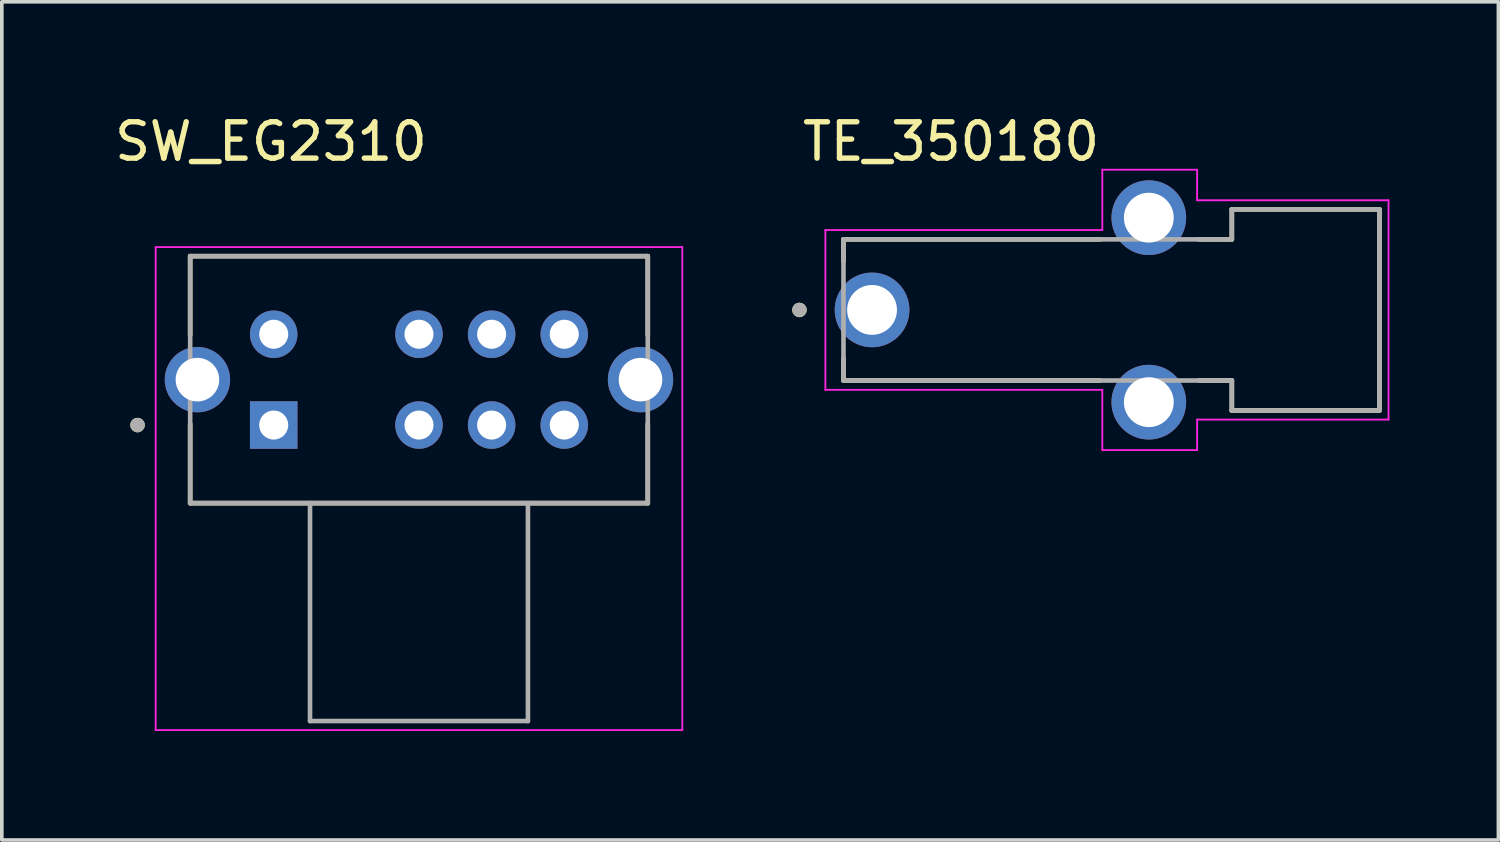
<source format=kicad_pcb>
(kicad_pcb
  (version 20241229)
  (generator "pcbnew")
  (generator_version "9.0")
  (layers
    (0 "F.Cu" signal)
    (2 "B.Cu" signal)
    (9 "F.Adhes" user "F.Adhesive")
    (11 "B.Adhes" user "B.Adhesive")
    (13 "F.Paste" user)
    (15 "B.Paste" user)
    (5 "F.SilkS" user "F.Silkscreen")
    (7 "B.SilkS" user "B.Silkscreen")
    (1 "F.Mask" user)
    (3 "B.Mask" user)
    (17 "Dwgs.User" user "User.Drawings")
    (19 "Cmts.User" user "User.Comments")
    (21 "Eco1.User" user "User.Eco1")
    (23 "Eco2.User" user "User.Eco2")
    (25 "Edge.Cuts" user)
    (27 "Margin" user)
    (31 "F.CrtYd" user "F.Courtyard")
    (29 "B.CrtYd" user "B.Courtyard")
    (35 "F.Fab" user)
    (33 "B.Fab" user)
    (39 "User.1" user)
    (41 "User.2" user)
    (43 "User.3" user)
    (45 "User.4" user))
  (footprint "SW_EG2310"
    (layer "F.Cu")
    (at 8.486 7.403)
    (property "Reference" "SW_EG2310" (at -4.075 -6.555 0) (layer "F.SilkS") (effects (font (size 1 1) (thickness 0.15))))
    (attr through_hole)
    (fp_line (start -6.3 -3.4) (end -6.3 -1.22) (stroke (width 0.127) (type solid)) (layer "F.SilkS"))
    (fp_line (start -6.3 3.4) (end -6.3 1.22) (stroke (width 0.127) (type solid)) (layer "F.SilkS"))
    (fp_line (start -6.3 3.4) (end 6.3 3.4) (stroke (width 0.127) (type solid)) (layer "F.SilkS"))
    (fp_line (start 6.3 -3.4) (end -6.3 -3.4) (stroke (width 0.127) (type solid)) (layer "F.SilkS"))
    (fp_line (start 6.3 -1.22) (end 6.3 -3.4) (stroke (width 0.127) (type solid)) (layer "F.SilkS"))
    (fp_line (start 6.3 3.4) (end 6.3 1.22) (stroke (width 0.127) (type solid)) (layer "F.SilkS"))
    (fp_circle (center -7.75 1.25) (end -7.65 1.25) (stroke (width 0.2) (type solid)) (fill no) (layer "F.SilkS"))
    (fp_line (start -7.25 -3.65) (end -7.25 9.65) (stroke (width 0.05) (type solid)) (layer "F.CrtYd"))
    (fp_line (start -7.25 9.65) (end 7.25 9.65) (stroke (width 0.05) (type solid)) (layer "F.CrtYd"))
    (fp_line (start 7.25 -3.65) (end -7.25 -3.65) (stroke (width 0.05) (type solid)) (layer "F.CrtYd"))
    (fp_line (start 7.25 9.65) (end 7.25 -3.65) (stroke (width 0.05) (type solid)) (layer "F.CrtYd"))
    (fp_line (start -6.3 -3.4) (end -6.3 3.4) (stroke (width 0.127) (type solid)) (layer "F.Fab"))
    (fp_line (start -6.3 3.4) (end -3 3.4) (stroke (width 0.127) (type solid)) (layer "F.Fab"))
    (fp_line (start -3 3.4) (end -3 9.4) (stroke (width 0.127) (type solid)) (layer "F.Fab"))
    (fp_line (start -3 3.4) (end 3 3.4) (stroke (width 0.127) (type solid)) (layer "F.Fab"))
    (fp_line (start -3 9.4) (end 3 9.4) (stroke (width 0.127) (type solid)) (layer "F.Fab"))
    (fp_line (start 3 3.4) (end 6.3 3.4) (stroke (width 0.127) (type solid)) (layer "F.Fab"))
    (fp_line (start 3 9.4) (end 3 3.4) (stroke (width 0.127) (type solid)) (layer "F.Fab"))
    (fp_line (start 6.3 -3.4) (end -6.3 -3.4) (stroke (width 0.127) (type solid)) (layer "F.Fab"))
    (fp_line (start 6.3 3.4) (end 6.3 -3.4) (stroke (width 0.127) (type solid)) (layer "F.Fab"))
    (fp_circle (center -7.75 1.25) (end -7.65 1.25) (stroke (width 0.2) (type solid)) (fill no) (layer "F.Fab"))
    (pad "1" thru_hole rect (at -4 1.25) (size 1.308 1.308) (drill 0.8) (layers "*.Cu" "*.Mask"))
    (pad "2" thru_hole circle (at 0 1.25) (size 1.308 1.308) (drill 0.8) (layers "*.Cu" "*.Mask"))
    (pad "3" thru_hole circle (at 2 1.25) (size 1.308 1.308) (drill 0.8) (layers "*.Cu" "*.Mask"))
    (pad "4" thru_hole circle (at 4 1.25) (size 1.308 1.308) (drill 0.8) (layers "*.Cu" "*.Mask"))
    (pad "5" thru_hole circle (at -4 -1.25) (size 1.308 1.308) (drill 0.8) (layers "*.Cu" "*.Mask"))
    (pad "6" thru_hole circle (at 0 -1.25) (size 1.308 1.308) (drill 0.8) (layers "*.Cu" "*.Mask"))
    (pad "7" thru_hole circle (at 2 -1.25) (size 1.308 1.308) (drill 0.8) (layers "*.Cu" "*.Mask"))
    (pad "8" thru_hole circle (at 4 -1.25) (size 1.308 1.308) (drill 0.8) (layers "*.Cu" "*.Mask"))
    (pad "SH1" thru_hole circle (at -6.1 0) (size 1.8 1.8) (drill 1.2) (layers "*.Cu" "*.Mask"))
    (pad "SH2" thru_hole circle (at 6.1 0) (size 1.8 1.8) (drill 1.2) (layers "*.Cu" "*.Mask")))
  (footprint "TE_350180"
    (layer "F.Cu")
    (at 20.961 5.483)
    (property "Reference" "TE_350180" (at 2.175 -4.635 0) (layer "F.SilkS") (effects (font (size 1 1) (thickness 0.15))))
    (attr through_hole)
    (fp_line (start -0.787 -1.943) (end 6.28 -1.943) (stroke (width 0.127) (type solid)) (layer "F.SilkS"))
    (fp_line (start -0.787 -1.35) (end -0.787 -1.943) (stroke (width 0.127) (type solid)) (layer "F.SilkS"))
    (fp_line (start -0.787 1.35) (end -0.787 1.943) (stroke (width 0.127) (type solid)) (layer "F.SilkS"))
    (fp_line (start -0.787 1.943) (end 6.28 1.943) (stroke (width 0.127) (type solid)) (layer "F.SilkS"))
    (fp_line (start 9 -1.943) (end 9.906 -1.943) (stroke (width 0.127) (type solid)) (layer "F.SilkS"))
    (fp_line (start 9.906 -2.769) (end 13.97 -2.769) (stroke (width 0.127) (type solid)) (layer "F.SilkS"))
    (fp_line (start 9.906 -1.943) (end 9.906 -2.769) (stroke (width 0.127) (type solid)) (layer "F.SilkS"))
    (fp_line (start 9.906 1.943) (end 9 1.943) (stroke (width 0.127) (type solid)) (layer "F.SilkS"))
    (fp_line (start 9.906 2.769) (end 9.906 1.943) (stroke (width 0.127) (type solid)) (layer "F.SilkS"))
    (fp_line (start 13.97 -2.769) (end 13.97 2.769) (stroke (width 0.127) (type solid)) (layer "F.SilkS"))
    (fp_line (start 13.97 2.769) (end 9.906 2.769) (stroke (width 0.127) (type solid)) (layer "F.SilkS"))
    (fp_circle (center -2 0) (end -1.9 0) (stroke (width 0.2) (type solid)) (fill no) (layer "F.SilkS"))
    (fp_line (start -1.285 -2.2) (end -1.285 2.2) (stroke (width 0.05) (type solid)) (layer "F.CrtYd"))
    (fp_line (start -1.285 2.2) (end 6.34 2.2) (stroke (width 0.05) (type solid)) (layer "F.CrtYd"))
    (fp_line (start 6.34 -3.86) (end 6.34 -2.2) (stroke (width 0.05) (type solid)) (layer "F.CrtYd"))
    (fp_line (start 6.34 -2.2) (end -1.285 -2.2) (stroke (width 0.05) (type solid)) (layer "F.CrtYd"))
    (fp_line (start 6.34 2.2) (end 6.34 3.86) (stroke (width 0.05) (type solid)) (layer "F.CrtYd"))
    (fp_line (start 6.34 3.86) (end 8.95 3.86) (stroke (width 0.05) (type solid)) (layer "F.CrtYd"))
    (fp_line (start 8.95 -3.86) (end 6.34 -3.86) (stroke (width 0.05) (type solid)) (layer "F.CrtYd"))
    (fp_line (start 8.95 -3.019) (end 8.95 -3.86) (stroke (width 0.05) (type solid)) (layer "F.CrtYd"))
    (fp_line (start 8.95 3.019) (end 14.22 3.019) (stroke (width 0.05) (type solid)) (layer "F.CrtYd"))
    (fp_line (start 8.95 3.86) (end 8.95 3.019) (stroke (width 0.05) (type solid)) (layer "F.CrtYd"))
    (fp_line (start 14.22 -3.019) (end 8.95 -3.019) (stroke (width 0.05) (type solid)) (layer "F.CrtYd"))
    (fp_line (start 14.22 3.019) (end 14.22 -3.019) (stroke (width 0.05) (type solid)) (layer "F.CrtYd"))
    (fp_line (start -0.787 -1.943) (end 9.906 -1.943) (stroke (width 0.127) (type solid)) (layer "F.Fab"))
    (fp_line (start -0.787 1.943) (end -0.787 -1.943) (stroke (width 0.127) (type solid)) (layer "F.Fab"))
    (fp_line (start 9.906 -2.769) (end 13.97 -2.769) (stroke (width 0.127) (type solid)) (layer "F.Fab"))
    (fp_line (start 9.906 -1.943) (end 9.906 -2.769) (stroke (width 0.127) (type solid)) (layer "F.Fab"))
    (fp_line (start 9.906 1.943) (end -0.787 1.943) (stroke (width 0.127) (type solid)) (layer "F.Fab"))
    (fp_line (start 9.906 2.769) (end 9.906 1.943) (stroke (width 0.127) (type solid)) (layer "F.Fab"))
    (fp_line (start 13.97 -2.769) (end 13.97 2.769) (stroke (width 0.127) (type solid)) (layer "F.Fab"))
    (fp_line (start 13.97 2.769) (end 9.906 2.769) (stroke (width 0.127) (type solid)) (layer "F.Fab"))
    (fp_circle (center -2 0) (end -1.9 0) (stroke (width 0.2) (type solid)) (fill no) (layer "F.Fab"))
    (pad "1" thru_hole circle (at 0 0) (size 2.057 2.057) (drill 1.372) (layers "*.Cu" "*.Mask"))
    (pad "S1" thru_hole circle (at 7.62 -2.54) (size 2.057 2.057) (drill 1.372) (layers "*.Cu" "*.Mask"))
    (pad "S2" thru_hole circle (at 7.62 2.54) (size 2.057 2.057) (drill 1.372) (layers "*.Cu" "*.Mask")))
  (gr_rect
    (start -3 -3)
    (end 38.206 20.078)
    (stroke (width 0.1) (type default))
    (fill no)
    (layer "Edge.Cuts")))
</source>
